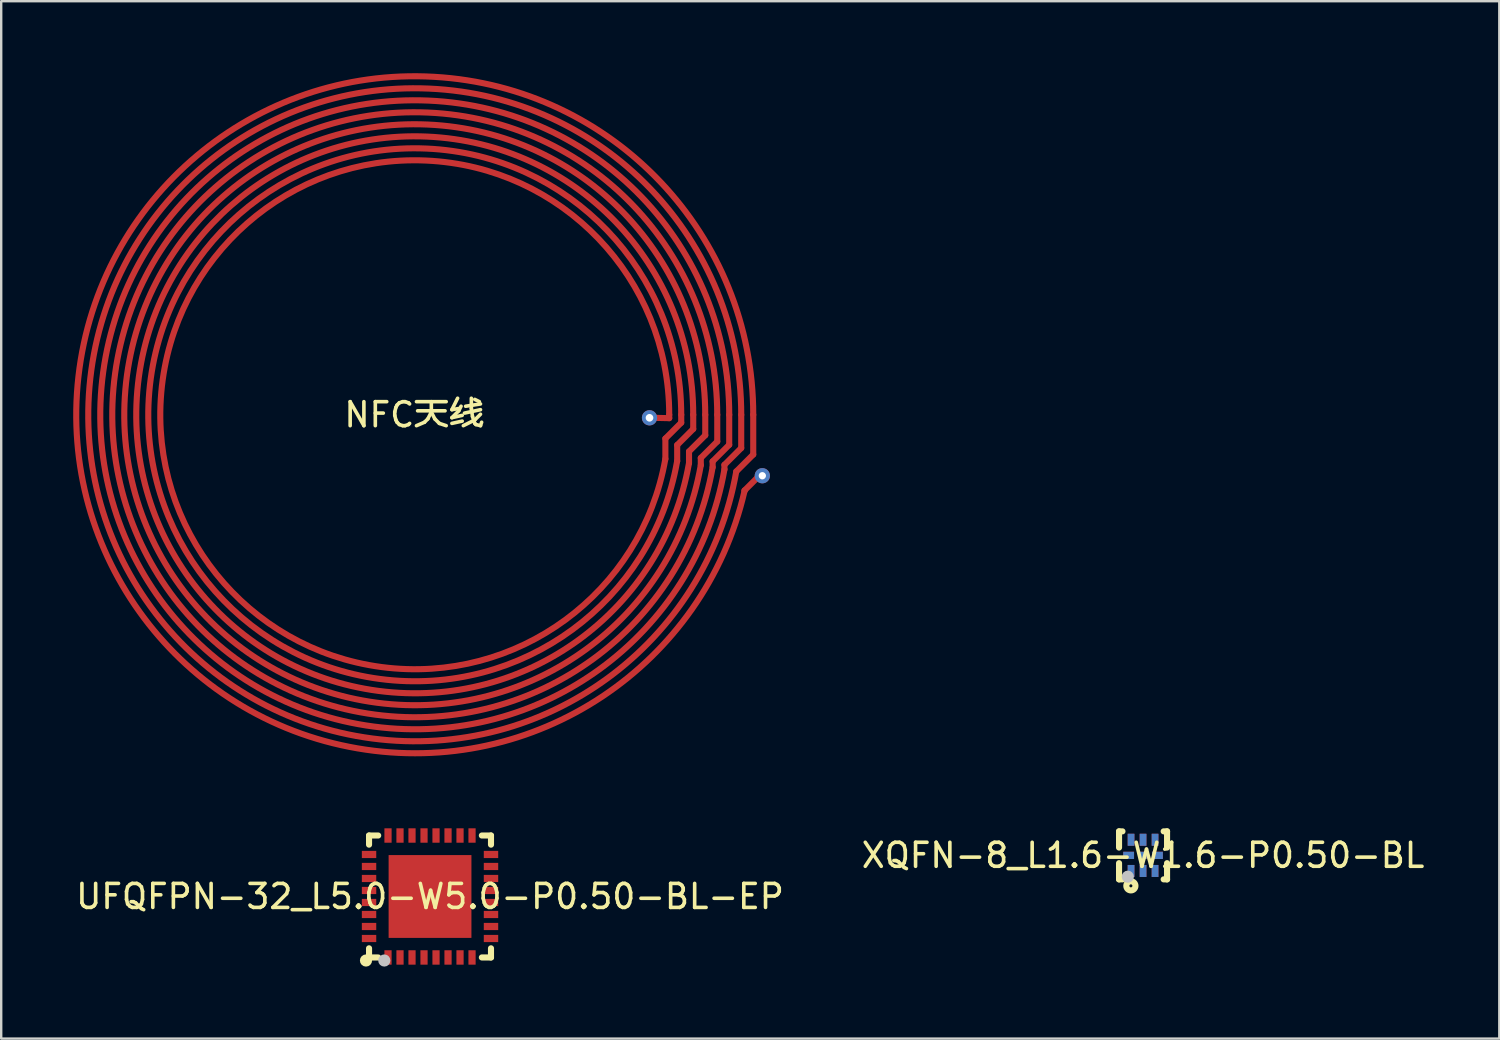
<source format=kicad_pcb>
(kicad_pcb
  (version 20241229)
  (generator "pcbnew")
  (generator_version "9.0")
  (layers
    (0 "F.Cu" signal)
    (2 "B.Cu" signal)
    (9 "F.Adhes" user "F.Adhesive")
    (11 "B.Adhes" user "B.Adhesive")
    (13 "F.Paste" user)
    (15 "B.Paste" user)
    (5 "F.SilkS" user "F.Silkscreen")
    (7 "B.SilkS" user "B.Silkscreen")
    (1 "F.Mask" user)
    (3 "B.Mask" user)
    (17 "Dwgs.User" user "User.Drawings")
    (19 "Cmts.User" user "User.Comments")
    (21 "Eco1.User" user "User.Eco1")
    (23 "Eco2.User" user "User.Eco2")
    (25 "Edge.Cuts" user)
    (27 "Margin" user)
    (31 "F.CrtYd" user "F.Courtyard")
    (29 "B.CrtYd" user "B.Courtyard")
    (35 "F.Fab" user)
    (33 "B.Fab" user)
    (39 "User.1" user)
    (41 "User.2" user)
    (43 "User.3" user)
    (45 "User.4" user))
  (footprint "UFQFPN-32_L5.0-W5.0-P0.50-BL-EP"
    (layer "F.Cu")
    (at 14.863 34.294)
    (property "Reference" "UFQFPN-32_L5.0-W5.0-P0.50-BL-EP" (at 0 0 0) (layer "F.SilkS") (effects (font (size 1 1) (thickness 0.15))))
    (fp_line (start -2.54 -2.54) (end -2.159 -2.54) (stroke (width 0.254) (type default)) (layer "F.SilkS"))
    (fp_line (start -2.54 -2.159) (end -2.54 -2.54) (stroke (width 0.254) (type default)) (layer "F.SilkS"))
    (fp_line (start -2.54 2.54) (end -2.54 2.159) (stroke (width 0.254) (type default)) (layer "F.SilkS"))
    (fp_line (start -2.159 2.54) (end -2.54 2.54) (stroke (width 0.254) (type default)) (layer "F.SilkS"))
    (fp_line (start 2.159 -2.54) (end 2.54 -2.54) (stroke (width 0.254) (type default)) (layer "F.SilkS"))
    (fp_line (start 2.54 -2.54) (end 2.54 -2.159) (stroke (width 0.254) (type default)) (layer "F.SilkS"))
    (fp_line (start 2.54 2.159) (end 2.54 2.54) (stroke (width 0.254) (type default)) (layer "F.SilkS"))
    (fp_line (start 2.54 2.54) (end 2.159 2.54) (stroke (width 0.254) (type default)) (layer "F.SilkS"))
    (fp_circle (center -2.667 2.667) (end -2.54 2.667) (stroke (width 0.254) (type default)) (fill no) (layer "F.SilkS"))
    (fp_circle (center -1.905 2.667) (end -1.778 2.667) (stroke (width 0.254) (type default)) (fill no) (layer "Dwgs.User"))
    (fp_poly (pts (xy -2.5 -1.85) (xy -2.2 -1.85) (xy -2.2 -1.65) (xy -2.5 -1.65)) (stroke (width 0.1) (type default)) (fill no) (layer "User.1"))
    (fp_poly (pts (xy -2.5 -1.35) (xy -2.2 -1.35) (xy -2.2 -1.15) (xy -2.5 -1.15)) (stroke (width 0.1) (type default)) (fill no) (layer "User.1"))
    (fp_poly (pts (xy -2.5 -0.85) (xy -2.2 -0.85) (xy -2.2 -0.65) (xy -2.5 -0.65)) (stroke (width 0.1) (type default)) (fill no) (layer "User.1"))
    (fp_poly (pts (xy -2.5 -0.35) (xy -2.2 -0.35) (xy -2.2 -0.15) (xy -2.5 -0.15)) (stroke (width 0.1) (type default)) (fill no) (layer "User.1"))
    (fp_poly (pts (xy -2.5 0.15) (xy -2.2 0.15) (xy -2.2 0.35) (xy -2.5 0.35)) (stroke (width 0.1) (type default)) (fill no) (layer "User.1"))
    (fp_poly (pts (xy -2.5 0.65) (xy -2.2 0.65) (xy -2.2 0.85) (xy -2.5 0.85)) (stroke (width 0.1) (type default)) (fill no) (layer "User.1"))
    (fp_poly (pts (xy -2.5 1.15) (xy -2.2 1.15) (xy -2.2 1.35) (xy -2.5 1.35)) (stroke (width 0.1) (type default)) (fill no) (layer "User.1"))
    (fp_poly (pts (xy -2.5 1.65) (xy -2.2 1.65) (xy -2.2 1.85) (xy -2.5 1.85)) (stroke (width 0.1) (type default)) (fill no) (layer "User.1"))
    (fp_poly (pts (xy -1.85 -2.2) (xy -1.85 -2.5) (xy -1.65 -2.5) (xy -1.65 -2.2)) (stroke (width 0.1) (type default)) (fill no) (layer "User.1"))
    (fp_poly (pts (xy -1.65 2.2) (xy -1.65 2.5) (xy -1.85 2.5) (xy -1.85 2.2)) (stroke (width 0.1) (type default)) (fill no) (layer "User.1"))
    (fp_poly (pts (xy -1.35 -2.2) (xy -1.35 -2.5) (xy -1.15 -2.5) (xy -1.15 -2.2)) (stroke (width 0.1) (type default)) (fill no) (layer "User.1"))
    (fp_poly (pts (xy -1.15 2.2) (xy -1.15 2.5) (xy -1.35 2.5) (xy -1.35 2.2)) (stroke (width 0.1) (type default)) (fill no) (layer "User.1"))
    (fp_poly (pts (xy -0.85 -2.2) (xy -0.85 -2.5) (xy -0.65 -2.5) (xy -0.65 -2.2)) (stroke (width 0.1) (type default)) (fill no) (layer "User.1"))
    (fp_poly (pts (xy -0.65 2.2) (xy -0.65 2.5) (xy -0.85 2.5) (xy -0.85 2.2)) (stroke (width 0.1) (type default)) (fill no) (layer "User.1"))
    (fp_poly (pts (xy -0.35 -2.2) (xy -0.35 -2.5) (xy -0.15 -2.5) (xy -0.15 -2.2)) (stroke (width 0.1) (type default)) (fill no) (layer "User.1"))
    (fp_poly (pts (xy -0.15 2.2) (xy -0.15 2.5) (xy -0.35 2.5) (xy -0.35 2.2)) (stroke (width 0.1) (type default)) (fill no) (layer "User.1"))
    (fp_poly (pts (xy 0.15 -2.2) (xy 0.15 -2.5) (xy 0.35 -2.5) (xy 0.35 -2.2)) (stroke (width 0.1) (type default)) (fill no) (layer "User.1"))
    (fp_poly (pts (xy 0.35 2.2) (xy 0.35 2.5) (xy 0.15 2.5) (xy 0.15 2.2)) (stroke (width 0.1) (type default)) (fill no) (layer "User.1"))
    (fp_poly (pts (xy 0.65 -2.2) (xy 0.65 -2.5) (xy 0.85 -2.5) (xy 0.85 -2.2)) (stroke (width 0.1) (type default)) (fill no) (layer "User.1"))
    (fp_poly (pts (xy 0.85 2.2) (xy 0.85 2.5) (xy 0.65 2.5) (xy 0.65 2.2)) (stroke (width 0.1) (type default)) (fill no) (layer "User.1"))
    (fp_poly (pts (xy 1.15 -2.2) (xy 1.15 -2.5) (xy 1.35 -2.5) (xy 1.35 -2.2)) (stroke (width 0.1) (type default)) (fill no) (layer "User.1"))
    (fp_poly (pts (xy 1.35 2.2) (xy 1.35 2.5) (xy 1.15 2.5) (xy 1.15 2.2)) (stroke (width 0.1) (type default)) (fill no) (layer "User.1"))
    (fp_poly (pts (xy 1.55 1.55) (xy -1.55 1.55) (xy -1.55 -1.55) (xy 1.55 -1.55)) (stroke (width 0.1) (type default)) (fill no) (layer "User.1"))
    (fp_poly (pts (xy 1.65 -2.2) (xy 1.65 -2.5) (xy 1.85 -2.5) (xy 1.85 -2.2)) (stroke (width 0.1) (type default)) (fill no) (layer "User.1"))
    (fp_poly (pts (xy 1.85 2.2) (xy 1.85 2.5) (xy 1.65 2.5) (xy 1.65 2.2)) (stroke (width 0.1) (type default)) (fill no) (layer "User.1"))
    (fp_poly (pts (xy 2.5 -1.65) (xy 2.2 -1.65) (xy 2.2 -1.85) (xy 2.5 -1.85)) (stroke (width 0.1) (type default)) (fill no) (layer "User.1"))
    (fp_poly (pts (xy 2.5 -1.15) (xy 2.2 -1.15) (xy 2.2 -1.35) (xy 2.5 -1.35)) (stroke (width 0.1) (type default)) (fill no) (layer "User.1"))
    (fp_poly (pts (xy 2.5 -0.65) (xy 2.2 -0.65) (xy 2.2 -0.85) (xy 2.5 -0.85)) (stroke (width 0.1) (type default)) (fill no) (layer "User.1"))
    (fp_poly (pts (xy 2.5 -0.15) (xy 2.2 -0.15) (xy 2.2 -0.35) (xy 2.5 -0.35)) (stroke (width 0.1) (type default)) (fill no) (layer "User.1"))
    (fp_poly (pts (xy 2.5 0.35) (xy 2.2 0.35) (xy 2.2 0.15) (xy 2.5 0.15)) (stroke (width 0.1) (type default)) (fill no) (layer "User.1"))
    (fp_poly (pts (xy 2.5 0.85) (xy 2.2 0.85) (xy 2.2 0.65) (xy 2.5 0.65)) (stroke (width 0.1) (type default)) (fill no) (layer "User.1"))
    (fp_poly (pts (xy 2.5 1.35) (xy 2.2 1.35) (xy 2.2 1.15) (xy 2.5 1.15)) (stroke (width 0.1) (type default)) (fill no) (layer "User.1"))
    (fp_poly (pts (xy 2.5 1.85) (xy 2.2 1.85) (xy 2.2 1.65) (xy 2.5 1.65)) (stroke (width 0.1) (type default)) (fill no) (layer "User.1"))
    (fp_line (start -2.5 -2.5) (end 2.5 -2.5) (stroke (width 0.051) (type default)) (layer "User.2"))
    (fp_line (start -2.5 2.5) (end -2.5 -2.5) (stroke (width 0.051) (type default)) (layer "User.2"))
    (fp_line (start 2.5 -2.5) (end 2.5 2.5) (stroke (width 0.051) (type default)) (layer "User.2"))
    (fp_line (start 2.5 2.5) (end -2.5 2.5) (stroke (width 0.051) (type default)) (layer "User.2"))
    (fp_poly (pts (xy -2.445 2.477) (xy -2.477 2.445) (xy -2.523 2.445) (xy -2.555 2.477) (xy -2.555 2.523) (xy -2.523 2.555) (xy -2.477 2.555) (xy -2.445 2.523)) (stroke (width 0.1) (type default)) (fill no) (layer "User.3"))
    (pad "1" smd rect (at -1.75 2.54 90) (size 0.6 0.3) (layers "F.Cu" "F.Mask" "F.Paste"))
    (pad "2" smd rect (at -1.25 2.54 90) (size 0.6 0.3) (layers "F.Cu" "F.Mask" "F.Paste"))
    (pad "3" smd rect (at -0.75 2.54 90) (size 0.6 0.3) (layers "F.Cu" "F.Mask" "F.Paste"))
    (pad "4" smd rect (at -0.25 2.54 90) (size 0.6 0.3) (layers "F.Cu" "F.Mask" "F.Paste"))
    (pad "5" smd rect (at 0.25 2.54 90) (size 0.6 0.3) (layers "F.Cu" "F.Mask" "F.Paste"))
    (pad "6" smd rect (at 0.75 2.54 90) (size 0.6 0.3) (layers "F.Cu" "F.Mask" "F.Paste"))
    (pad "7" smd rect (at 1.25 2.54 90) (size 0.6 0.3) (layers "F.Cu" "F.Mask" "F.Paste"))
    (pad "8" smd rect (at 1.75 2.54 90) (size 0.6 0.3) (layers "F.Cu" "F.Mask" "F.Paste"))
    (pad "9" smd rect (at 2.54 1.75 180) (size 0.6 0.3) (layers "F.Cu" "F.Mask" "F.Paste"))
    (pad "10" smd rect (at 2.54 1.25 180) (size 0.6 0.3) (layers "F.Cu" "F.Mask" "F.Paste"))
    (pad "11" smd rect (at 2.54 0.75 180) (size 0.6 0.3) (layers "F.Cu" "F.Mask" "F.Paste"))
    (pad "12" smd rect (at 2.54 0.25 180) (size 0.6 0.3) (layers "F.Cu" "F.Mask" "F.Paste"))
    (pad "13" smd rect (at 2.54 -0.25 180) (size 0.6 0.3) (layers "F.Cu" "F.Mask" "F.Paste"))
    (pad "14" smd rect (at 2.54 -0.75 180) (size 0.6 0.3) (layers "F.Cu" "F.Mask" "F.Paste"))
    (pad "15" smd rect (at 2.54 -1.25 180) (size 0.6 0.3) (layers "F.Cu" "F.Mask" "F.Paste"))
    (pad "16" smd rect (at 2.54 -1.75 180) (size 0.6 0.3) (layers "F.Cu" "F.Mask" "F.Paste"))
    (pad "17" smd rect (at 1.75 -2.54 270) (size 0.6 0.3) (layers "F.Cu" "F.Mask" "F.Paste"))
    (pad "18" smd rect (at 1.25 -2.54 270) (size 0.6 0.3) (layers "F.Cu" "F.Mask" "F.Paste"))
    (pad "19" smd rect (at 0.75 -2.54 270) (size 0.6 0.3) (layers "F.Cu" "F.Mask" "F.Paste"))
    (pad "20" smd rect (at 0.25 -2.54 270) (size 0.6 0.3) (layers "F.Cu" "F.Mask" "F.Paste"))
    (pad "21" smd rect (at -0.25 -2.54 270) (size 0.6 0.3) (layers "F.Cu" "F.Mask" "F.Paste"))
    (pad "22" smd rect (at -0.75 -2.54 270) (size 0.6 0.3) (layers "F.Cu" "F.Mask" "F.Paste"))
    (pad "23" smd rect (at -1.25 -2.54 270) (size 0.6 0.3) (layers "F.Cu" "F.Mask" "F.Paste"))
    (pad "24" smd rect (at -1.75 -2.54 270) (size 0.6 0.3) (layers "F.Cu" "F.Mask" "F.Paste"))
    (pad "25" smd rect (at -2.54 -1.75) (size 0.6 0.3) (layers "F.Cu" "F.Mask" "F.Paste"))
    (pad "26" smd rect (at -2.54 -1.25) (size 0.6 0.3) (layers "F.Cu" "F.Mask" "F.Paste"))
    (pad "27" smd rect (at -2.54 -0.75) (size 0.6 0.3) (layers "F.Cu" "F.Mask" "F.Paste"))
    (pad "28" smd rect (at -2.54 -0.25) (size 0.6 0.3) (layers "F.Cu" "F.Mask" "F.Paste"))
    (pad "29" smd rect (at -2.54 0.25) (size 0.6 0.3) (layers "F.Cu" "F.Mask" "F.Paste"))
    (pad "30" smd rect (at -2.54 0.75) (size 0.6 0.3) (layers "F.Cu" "F.Mask" "F.Paste"))
    (pad "31" smd rect (at -2.54 1.25) (size 0.6 0.3) (layers "F.Cu" "F.Mask" "F.Paste"))
    (pad "32" smd rect (at -2.54 1.75) (size 0.6 0.3) (layers "F.Cu" "F.Mask" "F.Paste"))
    (pad "33" smd rect (at 0 0) (size 3.45 3.45) (layers "F.Cu" "F.Mask" "F.Paste")))
  (footprint "XQFN-8_L1.6-W1.6-P0.50-BL"
    (layer "F.Cu")
    (at 44.565 32.581)
    (property "Reference" "XQFN-8_L1.6-W1.6-P0.50-BL" (at 0 0 0) (layer "F.SilkS") (effects (font (size 1 1) (thickness 0.15))))
    (fp_line (start -1 -1) (end -0.858 -1) (stroke (width 0.254) (type default)) (layer "F.SilkS"))
    (fp_line (start -1 -0.325) (end -1 -1) (stroke (width 0.254) (type default)) (layer "F.SilkS"))
    (fp_line (start -1 1) (end -1 0.325) (stroke (width 0.254) (type default)) (layer "F.SilkS"))
    (fp_line (start -0.858 1) (end -1 1) (stroke (width 0.254) (type default)) (layer "F.SilkS"))
    (fp_line (start 0.858 -1) (end 1 -1) (stroke (width 0.254) (type default)) (layer "F.SilkS"))
    (fp_line (start 1 -1) (end 1 -0.325) (stroke (width 0.254) (type default)) (layer "F.SilkS"))
    (fp_line (start 1 0.325) (end 1 1) (stroke (width 0.254) (type default)) (layer "F.SilkS"))
    (fp_line (start 1 1) (end 0.858 1) (stroke (width 0.254) (type default)) (layer "F.SilkS"))
    (fp_circle (center -0.507 1.27) (end -0.444 1.27) (stroke (width 0.254) (type default)) (fill no) (layer "F.SilkS"))
    (fp_circle (center -0.635 0.889) (end -0.508 0.889) (stroke (width 0.254) (type default)) (fill no) (layer "Dwgs.User"))
    (fp_poly (pts (xy -0.4 -0.8) (xy -0.4 -0.4) (xy -0.6 -0.4) (xy -0.6 -0.8)) (stroke (width 0.1) (type default)) (fill no) (layer "User.1"))
    (fp_poly (pts (xy -0.4 0.1) (xy -0.8 0.1) (xy -0.8 -0.1) (xy -0.4 -0.1)) (stroke (width 0.1) (type default)) (fill no) (layer "User.1"))
    (fp_poly (pts (xy -0.35 0.4) (xy -0.35 0.8) (xy -0.65 0.8) (xy -0.65 0.4)) (stroke (width 0.1) (type default)) (fill no) (layer "User.1"))
    (fp_poly (pts (xy 0.1 -0.8) (xy 0.1 -0.4) (xy -0.1 -0.4) (xy -0.1 -0.8)) (stroke (width 0.1) (type default)) (fill no) (layer "User.1"))
    (fp_poly (pts (xy 0.1 0.4) (xy 0.1 0.8) (xy -0.1 0.8) (xy -0.1 0.4)) (stroke (width 0.1) (type default)) (fill no) (layer "User.1"))
    (fp_poly (pts (xy 0.15 0.15) (xy -0.15 0.15) (xy -0.15 -0.15) (xy 0.15 -0.15)) (stroke (width 0.1) (type default)) (fill no) (layer "User.1"))
    (fp_poly (pts (xy 0.6 -0.8) (xy 0.6 -0.4) (xy 0.4 -0.4) (xy 0.4 -0.8)) (stroke (width 0.1) (type default)) (fill no) (layer "User.1"))
    (fp_poly (pts (xy 0.6 0.4) (xy 0.6 0.8) (xy 0.4 0.8) (xy 0.4 0.4)) (stroke (width 0.1) (type default)) (fill no) (layer "User.1"))
    (fp_poly (pts (xy 0.8 0.1) (xy 0.4 0.1) (xy 0.4 -0.1) (xy 0.8 -0.1)) (stroke (width 0.1) (type default)) (fill no) (layer "User.1"))
    (fp_line (start -0.8 -0.8) (end 0.8 -0.8) (stroke (width 0.051) (type default)) (layer "User.2"))
    (fp_line (start -0.8 0.8) (end -0.8 -0.8) (stroke (width 0.051) (type default)) (layer "User.2"))
    (fp_line (start 0.8 -0.8) (end 0.8 0.8) (stroke (width 0.051) (type default)) (layer "User.2"))
    (fp_line (start 0.8 0.8) (end -0.8 0.8) (stroke (width 0.051) (type default)) (layer "User.2"))
    (fp_poly (pts (xy -0.745 0.777) (xy -0.777 0.745) (xy -0.823 0.745) (xy -0.855 0.777) (xy -0.855 0.823) (xy -0.823 0.855) (xy -0.777 0.855) (xy -0.745 0.823)) (stroke (width 0.1) (type default)) (fill no) (layer "User.3"))
    (pad "1" thru_hole rect (at -0.5 0.65 90) (size 0.5 0.28) (drill 0.000001) (layers "*.Cu" "*.Mask"))
    (pad "2" thru_hole rect (at 0 0.65 90) (size 0.5 0.28) (drill 0.000001) (layers "*.Cu" "*.Mask"))
    (pad "3" thru_hole rect (at 0.5 0.65 90) (size 0.5 0.28) (drill 0.000001) (layers "*.Cu" "*.Mask"))
    (pad "4" thru_hole rect (at 0.6 0 180) (size 0.45 0.3) (drill 0.000001) (layers "*.Cu" "*.Mask"))
    (pad "5" thru_hole rect (at 0.5 -0.65 90) (size 0.5 0.28) (drill 0.000001) (layers "*.Cu" "*.Mask"))
    (pad "6" thru_hole rect (at 0 -0.65 90) (size 0.5 0.28) (drill 0.000001) (layers "*.Cu" "*.Mask"))
    (pad "7" thru_hole rect (at -0.5 -0.65 90) (size 0.5 0.28) (drill 0.000001) (layers "*.Cu" "*.Mask"))
    (pad "8" thru_hole rect (at -0.6 0 180) (size 0.45 0.3) (drill 0.000001) (layers "*.Cu" "*.Mask"))
    (pad "9" thru_hole rect (at 0 0 180) (size 0.3 0.3) (drill 0.000001) (layers "*.Cu" "*.Mask")))
  (footprint "NFC天线"
    (layer "F.Cu")
    (at 14.227 14.227)
    (property "Reference" "NFC天线" (at 0 0 0) (layer "F.SilkS") (effects (font (size 1 1) (thickness 0.15))))
    (fp_line (start 10.44 0.991) (end 11.1 0.33) (stroke (width 0.254) (type default)) (layer "F.Cu"))
    (fp_line (start 10.44 1.841) (end 10.44 0.991) (stroke (width 0.254) (type default)) (layer "F.Cu"))
    (fp_line (start 10.6 0) (end 10.6 0.142) (stroke (width 0.254) (type default)) (layer "F.Cu"))
    (fp_line (start 10.6 0.142) (end 9.906 0.127) (stroke (width 0.254) (type default)) (layer "F.Cu"))
    (fp_line (start 10.932 1.26) (end 11.6 0.592) (stroke (width 0.254) (type default)) (layer "F.Cu"))
    (fp_line (start 10.932 1.928) (end 10.932 1.26) (stroke (width 0.254) (type default)) (layer "F.Cu"))
    (fp_line (start 11.1 0.33) (end 11.1 0) (stroke (width 0.254) (type default)) (layer "F.Cu"))
    (fp_line (start 11.425 1.529) (end 12.101 0.854) (stroke (width 0.254) (type default)) (layer "F.Cu"))
    (fp_line (start 11.425 2.014) (end 11.425 1.529) (stroke (width 0.254) (type default)) (layer "F.Cu"))
    (fp_line (start 11.6 0.592) (end 11.6 0) (stroke (width 0.254) (type default)) (layer "F.Cu"))
    (fp_line (start 11.915 1.801) (end 12.601 1.115) (stroke (width 0.254) (type default)) (layer "F.Cu"))
    (fp_line (start 11.915 2.1) (end 11.915 1.801) (stroke (width 0.254) (type default)) (layer "F.Cu"))
    (fp_line (start 12.101 0.854) (end 12.101 0) (stroke (width 0.254) (type default)) (layer "F.Cu"))
    (fp_line (start 12.408 1.943) (end 13.099 1.252) (stroke (width 0.254) (type default)) (layer "F.Cu"))
    (fp_line (start 12.408 2.187) (end 12.408 1.943) (stroke (width 0.254) (type default)) (layer "F.Cu"))
    (fp_line (start 12.601 1.115) (end 12.601 0) (stroke (width 0.254) (type default)) (layer "F.Cu"))
    (fp_line (start 12.9 2.086) (end 13.599 1.387) (stroke (width 0.254) (type default)) (layer "F.Cu"))
    (fp_line (start 12.9 2.276) (end 12.9 2.086) (stroke (width 0.254) (type default)) (layer "F.Cu"))
    (fp_line (start 13.099 1.252) (end 13.099 0) (stroke (width 0.254) (type default)) (layer "F.Cu"))
    (fp_line (start 13.393 2.362) (end 14.1 1.656) (stroke (width 0.254) (type default)) (layer "F.Cu"))
    (fp_line (start 13.599 1.387) (end 13.599 0) (stroke (width 0.254) (type default)) (layer "F.Cu"))
    (fp_line (start 13.739 3.152) (end 14.351 2.54) (stroke (width 0.254) (type default)) (layer "F.Cu"))
    (fp_line (start 13.739 3.172) (end 13.739 3.152) (stroke (width 0.254) (type default)) (layer "F.Cu"))
    (fp_line (start 14.1 1.656) (end 14.1 0) (stroke (width 0.254) (type default)) (layer "F.Cu"))
    (fp_arc (start 10.439 1.8405) (mid -10.559679 -0.923765) (end 10.6 0) (stroke (width 0.254) (type default)) (layer "F.Cu"))
    (fp_arc (start 10.9315 1.9275) (mid -11.057894 -0.967431) (end 11.1 0) (stroke (width 0.254) (type default)) (layer "F.Cu"))
    (fp_arc (start 11.424 2.0145) (mid -11.55611 -1.011098) (end 11.6 0) (stroke (width 0.254) (type default)) (layer "F.Cu"))
    (fp_arc (start 11.916 2.101) (mid -12.053765 -1.054512) (end 12.1 0) (stroke (width 0.254) (type default)) (layer "F.Cu"))
    (fp_arc (start 12.4085 2.188) (mid -12.551981 -1.098179) (end 12.6 0) (stroke (width 0.254) (type default)) (layer "F.Cu"))
    (fp_arc (start 12.901 2.275) (mid -13.050196 -1.141846) (end 13.1 0) (stroke (width 0.254) (type default)) (layer "F.Cu"))
    (fp_arc (start 13.3935 2.3615) (mid -13.548346 -1.18526) (end 13.6 0) (stroke (width 0.254) (type default)) (layer "F.Cu"))
    (fp_arc (start 13.7385 3.172) (mid -14.00928 -1.596262) (end 14.1 0) (stroke (width 0.254) (type default)) (layer "F.Cu"))
    (pad "1" thru_hole circle (at 9.779 0.127) (size 0.635 0.635) (drill 0.318) (layers "*.Cu" "*.Mask"))
    (pad "2" thru_hole circle (at 14.478 2.54) (size 0.635 0.635) (drill 0.305) (layers "*.Cu" "*.Mask")))
  (gr_rect
    (start -3 -3)
    (end 59.405 40.215)
    (stroke (width 0.1) (type default))
    (fill no)
    (layer "Edge.Cuts")))
</source>
